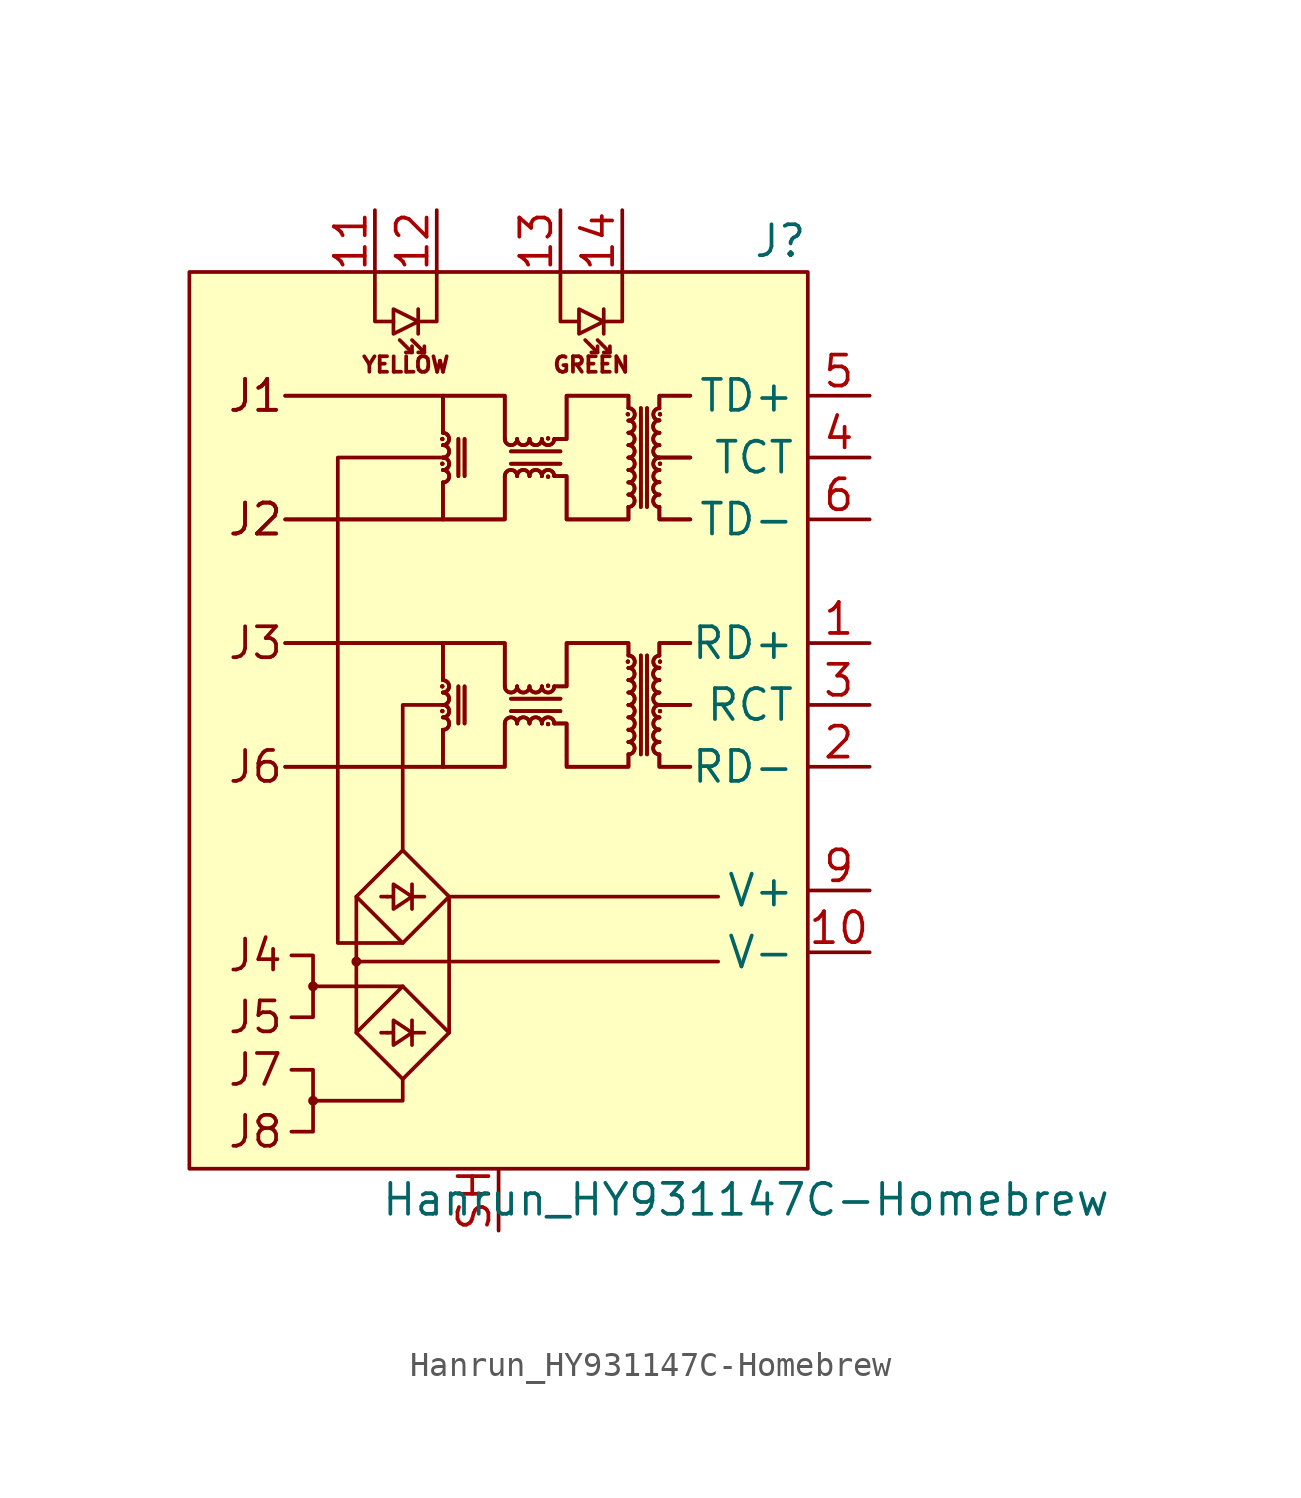
<source format=kicad_sym>
(kicad_symbol_lib
  (version 20231120)
  (generator "kicad_symbol_editor")
  (generator_version "8.0")
  (symbol "Hanrun_HY931147C-Homebrew"
    (property "Reference" "J"
      (at 12.7 13.97 0)
      (effects (font (size 1.27 1.27)) (justify right)))
    (property "Value" "Hanrun_HY931147C-Homebrew"
      (at 10.16 -25.4 0)
      (effects (font (size 1.27 1.27))))
    (symbol "Hanrun_HY931147C-Homebrew_0_0"
      (circle (center -7.62 -21.336) (radius 0.127) (stroke (width 0) (type solid)) (fill (type none)))
      (circle (center -7.62 -16.637) (radius 0.127) (stroke (width 0) (type solid)) (fill (type none)))
      (circle (center -5.842 -15.621) (radius 0.127) (stroke (width 0) (type solid)) (fill (type none)))
      (polyline (pts (xy -7.62 -16.637) (xy -3.937 -16.637)) (stroke (width 0) (type solid)) (fill (type none)))
      (polyline (pts (xy -5.842 -15.621) (xy 9.017 -15.621)) (stroke (width 0) (type solid)) (fill (type none)))
      (polyline (pts (xy -5.842 -12.954) (xy -5.842 -18.542)) (stroke (width 0) (type solid)) (fill (type none)))
      (polyline (pts (xy -4.572 -18.542) (xy -4.826 -18.542)) (stroke (width 0) (type solid)) (fill (type none)))
      (polyline (pts (xy -4.572 -12.954) (xy -4.826 -12.954)) (stroke (width 0) (type solid)) (fill (type none)))
      (polyline (pts (xy -3.556 -18.542) (xy -3.048 -18.542)) (stroke (width 0) (type solid)) (fill (type none)))
      (polyline (pts (xy -3.556 -18.034) (xy -3.556 -19.05)) (stroke (width 0) (type solid)) (fill (type none)))
      (polyline (pts (xy -3.556 -12.954) (xy -3.048 -12.954)) (stroke (width 0) (type solid)) (fill (type none)))
      (polyline (pts (xy -3.556 -12.446) (xy -3.556 -13.462)) (stroke (width 0) (type solid)) (fill (type none)))
      (polyline (pts (xy -2.032 -12.954) (xy -2.032 -18.542)) (stroke (width 0) (type solid)) (fill (type none)))
      (polyline (pts (xy -2.032 -12.954) (xy 9.017 -12.954)) (stroke (width 0) (type solid)) (fill (type none)))
      (polyline (pts (xy 7.874 -5.08) (xy 6.604 -5.08)) (stroke (width 0) (type solid)) (fill (type none)))
      (polyline (pts (xy 7.874 -5.08) (xy 6.604 -5.08)) (stroke (width 0) (type solid)) (fill (type none)))
      (polyline (pts (xy 7.874 5.08) (xy 6.604 5.08)) (stroke (width 0) (type solid)) (fill (type none)))
      (polyline (pts (xy 7.874 5.08) (xy 6.604 5.08)) (stroke (width 0) (type solid)) (fill (type none)))
      (polyline (pts (xy -7.62 -21.336) (xy -3.937 -21.336) (xy -3.937 -20.447)) (stroke (width 0) (type solid)) (fill (type none)))
      (polyline (pts (xy -3.937 -11.049) (xy -3.937 -5.08) (xy -2.286 -5.08)) (stroke (width 0) (type solid)) (fill (type none)))
      (polyline (pts (xy -8.509 -20.066) (xy -7.62 -20.066) (xy -7.62 -22.606) (xy -8.509 -22.606)) (stroke (width 0) (type solid)) (fill (type none)))
      (polyline (pts (xy -8.509 -15.367) (xy -7.62 -15.367) (xy -7.62 -17.907) (xy -8.509 -17.907)) (stroke (width 0) (type solid)) (fill (type none)))
      (polyline (pts (xy -3.937 -14.859) (xy -6.604 -14.859) (xy -6.604 5.08) (xy -2.286 5.08)) (stroke (width 0) (type solid)) (fill (type none)))
      (polyline (pts (xy -2.032 -18.542) (xy -3.937 -16.637) (xy -5.842 -18.542) (xy -3.937 -20.447) (xy -2.032 -18.542)) (stroke (width 0) (type solid)) (fill (type none)))
      (polyline (pts (xy -2.032 -12.954) (xy -3.937 -11.049) (xy -5.842 -12.954) (xy -3.937 -14.859) (xy -2.032 -12.954)) (stroke (width 0) (type solid)) (fill (type none)))
      (polyline (pts (xy -4.572 -18.542) (xy -4.318 -18.542) (xy -4.318 -18.034) (xy -3.556 -18.542) (xy -4.318 -19.05) (xy -4.318 -18.542)) (stroke (width 0) (type solid)) (fill (type none)))
      (polyline (pts (xy -4.572 -12.954) (xy -4.318 -12.954) (xy -4.318 -12.446) (xy -3.556 -12.954) (xy -4.318 -13.462) (xy -4.318 -12.954)) (stroke (width 0) (type solid)) (fill (type none)))
      (rectangle (start 12.7 12.7) (end -12.7 -24.13) (stroke (width 0) (type solid)) (fill (type background)))
      (text "GREEN" (at 3.81 8.89 0) (effects (font (size 0.635 0.635))))
      (text "J1" (at -11.176 7.62 0) (effects (font (size 1.27 1.27)) (justify left)))
      (text "J1" (at -11.176 7.62 0) (effects (font (size 1.27 1.27)) (justify left)))
      (text "J2" (at -11.176 2.54 0) (effects (font (size 1.27 1.27)) (justify left)))
      (text "J2" (at -11.176 2.54 0) (effects (font (size 1.27 1.27)) (justify left)))
      (text "J3" (at -11.176 -2.54 0) (effects (font (size 1.27 1.27)) (justify left)))
      (text "J4" (at -11.176 -15.367 0) (effects (font (size 1.27 1.27)) (justify left)))
      (text "J5" (at -11.176 -17.907 0) (effects (font (size 1.27 1.27)) (justify left)))
      (text "J6" (at -11.176 -7.62 0) (effects (font (size 1.27 1.27)) (justify left)))
      (text "J7" (at -11.176 -20.066 0) (effects (font (size 1.27 1.27)) (justify left)))
      (text "J8" (at -11.176 -22.606 0) (effects (font (size 1.27 1.27)) (justify left)))
      (text "YELLOW" (at -3.81 8.89 0) (effects (font (size 0.635 0.635)))))
    (symbol "Hanrun_HY931147C-Homebrew_0_1"
      (circle (center -2.311 -5.334) (radius 0.076) (stroke (width 0.025) (type solid)) (fill (type outline)))
      (circle (center -2.311 -5.334) (radius 0.076) (stroke (width 0.025) (type solid)) (fill (type outline)))
      (circle (center -2.311 -4.318) (radius 0.076) (stroke (width 0.025) (type solid)) (fill (type outline)))
      (circle (center -2.311 -4.318) (radius 0.076) (stroke (width 0.025) (type solid)) (fill (type outline)))
      (circle (center -2.311 4.826) (radius 0.076) (stroke (width 0.025) (type solid)) (fill (type outline)))
      (circle (center -2.311 4.826) (radius 0.076) (stroke (width 0.025) (type solid)) (fill (type outline)))
      (circle (center -2.311 5.842) (radius 0.076) (stroke (width 0.025) (type solid)) (fill (type outline)))
      (circle (center -2.311 5.842) (radius 0.076) (stroke (width 0.025) (type solid)) (fill (type outline)))
      (arc (start -2.286 -6.096) (mid -2.032 -5.842) (end -2.286 -5.588) (stroke (width 0) (type solid)) (fill (type none)))
      (arc (start -2.286 -6.096) (mid -2.032 -5.842) (end -2.286 -5.588) (stroke (width 0) (type solid)) (fill (type none)))
      (arc (start -2.286 -5.588) (mid -2.032 -5.334) (end -2.286 -5.08) (stroke (width 0) (type solid)) (fill (type none)))
      (arc (start -2.286 -5.588) (mid -2.032 -5.334) (end -2.286 -5.08) (stroke (width 0) (type solid)) (fill (type none)))
      (arc (start -2.286 -5.08) (mid -2.032 -4.826) (end -2.286 -4.572) (stroke (width 0) (type solid)) (fill (type none)))
      (arc (start -2.286 -5.08) (mid -2.032 -4.826) (end -2.286 -4.572) (stroke (width 0) (type solid)) (fill (type none)))
      (arc (start -2.286 -4.572) (mid -2.032 -4.318) (end -2.286 -4.064) (stroke (width 0) (type solid)) (fill (type none)))
      (arc (start -2.286 -4.572) (mid -2.032 -4.318) (end -2.286 -4.064) (stroke (width 0) (type solid)) (fill (type none)))
      (arc (start -2.286 4.064) (mid -2.032 4.318) (end -2.286 4.572) (stroke (width 0) (type solid)) (fill (type none)))
      (arc (start -2.286 4.064) (mid -2.032 4.318) (end -2.286 4.572) (stroke (width 0) (type solid)) (fill (type none)))
      (arc (start -2.286 4.572) (mid -2.032 4.826) (end -2.286 5.08) (stroke (width 0) (type solid)) (fill (type none)))
      (arc (start -2.286 4.572) (mid -2.032 4.826) (end -2.286 5.08) (stroke (width 0) (type solid)) (fill (type none)))
      (arc (start -2.286 5.08) (mid -2.032 5.334) (end -2.286 5.588) (stroke (width 0) (type solid)) (fill (type none)))
      (arc (start -2.286 5.08) (mid -2.032 5.334) (end -2.286 5.588) (stroke (width 0) (type solid)) (fill (type none)))
      (arc (start -2.286 5.588) (mid -2.032 5.842) (end -2.286 6.096) (stroke (width 0) (type solid)) (fill (type none)))
      (arc (start -2.286 5.588) (mid -2.032 5.842) (end -2.286 6.096) (stroke (width 0) (type solid)) (fill (type none)))
      (polyline (pts (xy -3.556 9.398) (xy -4.064 9.906)) (stroke (width 0) (type solid)) (fill (type none)))
      (polyline (pts (xy -3.302 11.176) (xy -3.302 10.16)) (stroke (width 0) (type solid)) (fill (type none)))
      (polyline (pts (xy -3.048 9.398) (xy -3.556 9.906)) (stroke (width 0) (type solid)) (fill (type none)))
      (polyline (pts (xy -2.286 -7.62) (xy -8.763 -7.62)) (stroke (width 0) (type solid)) (fill (type none)))
      (polyline (pts (xy -2.286 -7.62) (xy -8.763 -7.62)) (stroke (width 0) (type solid)) (fill (type none)))
      (polyline (pts (xy -2.286 -2.54) (xy -8.763 -2.54)) (stroke (width 0) (type solid)) (fill (type none)))
      (polyline (pts (xy -2.286 -2.54) (xy -8.763 -2.54)) (stroke (width 0) (type solid)) (fill (type none)))
      (polyline (pts (xy -2.286 2.54) (xy -8.763 2.54)) (stroke (width 0) (type solid)) (fill (type none)))
      (polyline (pts (xy -2.286 2.54) (xy -8.763 2.54)) (stroke (width 0) (type solid)) (fill (type none)))
      (polyline (pts (xy -2.286 7.62) (xy -8.763 7.62)) (stroke (width 0) (type solid)) (fill (type none)))
      (polyline (pts (xy -2.286 7.62) (xy -8.763 7.62)) (stroke (width 0) (type solid)) (fill (type none)))
      (polyline (pts (xy -1.651 -4.318) (xy -1.651 -5.842)) (stroke (width 0) (type solid)) (fill (type none)))
      (polyline (pts (xy -1.651 -4.318) (xy -1.651 -5.842)) (stroke (width 0) (type solid)) (fill (type none)))
      (polyline (pts (xy -1.651 5.842) (xy -1.651 4.318)) (stroke (width 0) (type solid)) (fill (type none)))
      (polyline (pts (xy -1.651 5.842) (xy -1.651 4.318)) (stroke (width 0) (type solid)) (fill (type none)))
      (polyline (pts (xy -1.397 -5.842) (xy -1.397 -4.318)) (stroke (width 0) (type solid)) (fill (type none)))
      (polyline (pts (xy -1.397 -5.842) (xy -1.397 -4.318)) (stroke (width 0) (type solid)) (fill (type none)))
      (polyline (pts (xy -1.397 4.318) (xy -1.397 5.842)) (stroke (width 0) (type solid)) (fill (type none)))
      (polyline (pts (xy -1.397 4.318) (xy -1.397 5.842)) (stroke (width 0) (type solid)) (fill (type none)))
      (polyline (pts (xy 0.508 -5.334) (xy 2.54 -5.334)) (stroke (width 0) (type solid)) (fill (type none)))
      (polyline (pts (xy 0.508 -5.334) (xy 2.54 -5.334)) (stroke (width 0) (type solid)) (fill (type none)))
      (polyline (pts (xy 0.508 4.826) (xy 2.54 4.826)) (stroke (width 0) (type solid)) (fill (type none)))
      (polyline (pts (xy 0.508 4.826) (xy 2.54 4.826)) (stroke (width 0) (type solid)) (fill (type none)))
      (polyline (pts (xy 2.54 -4.826) (xy 0.508 -4.826)) (stroke (width 0) (type solid)) (fill (type none)))
      (polyline (pts (xy 2.54 -4.826) (xy 0.508 -4.826)) (stroke (width 0) (type solid)) (fill (type none)))
      (polyline (pts (xy 2.54 5.334) (xy 0.508 5.334)) (stroke (width 0) (type solid)) (fill (type none)))
      (polyline (pts (xy 2.54 5.334) (xy 0.508 5.334)) (stroke (width 0) (type solid)) (fill (type none)))
      (polyline (pts (xy 4.064 9.398) (xy 3.556 9.906)) (stroke (width 0) (type solid)) (fill (type none)))
      (polyline (pts (xy 4.318 11.176) (xy 4.318 10.16)) (stroke (width 0) (type solid)) (fill (type none)))
      (polyline (pts (xy 4.572 9.398) (xy 4.064 9.906)) (stroke (width 0) (type solid)) (fill (type none)))
      (polyline (pts (xy 5.842 -3.048) (xy 5.842 -7.112)) (stroke (width 0) (type solid)) (fill (type none)))
      (polyline (pts (xy 5.842 -3.048) (xy 5.842 -7.112)) (stroke (width 0) (type solid)) (fill (type none)))
      (polyline (pts (xy 5.842 7.112) (xy 5.842 3.048)) (stroke (width 0) (type solid)) (fill (type none)))
      (polyline (pts (xy 5.842 7.112) (xy 5.842 3.048)) (stroke (width 0) (type solid)) (fill (type none)))
      (polyline (pts (xy 6.096 -7.112) (xy 6.096 -3.048)) (stroke (width 0) (type solid)) (fill (type none)))
      (polyline (pts (xy 6.096 -7.112) (xy 6.096 -3.048)) (stroke (width 0) (type solid)) (fill (type none)))
      (polyline (pts (xy 6.096 3.048) (xy 6.096 7.112)) (stroke (width 0) (type solid)) (fill (type none)))
      (polyline (pts (xy 6.096 3.048) (xy 6.096 7.112)) (stroke (width 0) (type solid)) (fill (type none)))
      (polyline (pts (xy -5.08 12.7) (xy -5.08 10.668) (xy -4.318 10.668)) (stroke (width 0) (type solid)) (fill (type none)))
      (polyline (pts (xy -3.556 9.652) (xy -3.556 9.398) (xy -3.81 9.398)) (stroke (width 0) (type solid)) (fill (type none)))
      (polyline (pts (xy -3.048 9.652) (xy -3.048 9.398) (xy -3.302 9.398)) (stroke (width 0) (type solid)) (fill (type none)))
      (polyline (pts (xy -2.54 12.7) (xy -2.54 10.668) (xy -3.302 10.668)) (stroke (width 0) (type solid)) (fill (type none)))
      (polyline (pts (xy 2.54 12.7) (xy 2.54 10.668) (xy 3.302 10.668)) (stroke (width 0) (type solid)) (fill (type none)))
      (polyline (pts (xy 4.064 9.652) (xy 4.064 9.398) (xy 3.81 9.398)) (stroke (width 0) (type solid)) (fill (type none)))
      (polyline (pts (xy 4.572 9.652) (xy 4.572 9.398) (xy 4.318 9.398)) (stroke (width 0) (type solid)) (fill (type none)))
      (polyline (pts (xy 5.08 12.7) (xy 5.08 10.668) (xy 4.318 10.668)) (stroke (width 0) (type solid)) (fill (type none)))
      (polyline (pts (xy 6.604 -7.112) (xy 6.604 -7.62) (xy 7.874 -7.62)) (stroke (width 0) (type solid)) (fill (type none)))
      (polyline (pts (xy 6.604 -7.112) (xy 6.604 -7.62) (xy 7.874 -7.62)) (stroke (width 0) (type solid)) (fill (type none)))
      (polyline (pts (xy 6.604 -3.048) (xy 6.604 -2.54) (xy 7.874 -2.54)) (stroke (width 0) (type solid)) (fill (type none)))
      (polyline (pts (xy 6.604 -3.048) (xy 6.604 -2.54) (xy 7.874 -2.54)) (stroke (width 0) (type solid)) (fill (type none)))
      (polyline (pts (xy 6.604 3.048) (xy 6.604 2.54) (xy 7.874 2.54)) (stroke (width 0) (type solid)) (fill (type none)))
      (polyline (pts (xy 6.604 3.048) (xy 6.604 2.54) (xy 7.874 2.54)) (stroke (width 0) (type solid)) (fill (type none)))
      (polyline (pts (xy 6.604 7.112) (xy 6.604 7.62) (xy 7.874 7.62)) (stroke (width 0) (type solid)) (fill (type none)))
      (polyline (pts (xy 6.604 7.112) (xy 6.604 7.62) (xy 7.874 7.62)) (stroke (width 0) (type solid)) (fill (type none)))
      (polyline (pts (xy -3.302 10.668) (xy -4.318 11.176) (xy -4.318 10.16) (xy -3.302 10.668)) (stroke (width 0) (type solid)) (fill (type none)))
      (polyline (pts (xy 0.254 -5.842) (xy 0.254 -7.62) (xy -2.286 -7.62) (xy -2.286 -6.096)) (stroke (width 0) (type solid)) (fill (type none)))
      (polyline (pts (xy 0.254 -5.842) (xy 0.254 -7.62) (xy -2.286 -7.62) (xy -2.286 -6.096)) (stroke (width 0) (type solid)) (fill (type none)))
      (polyline (pts (xy 0.254 -4.318) (xy 0.254 -2.54) (xy -2.286 -2.54) (xy -2.286 -4.064)) (stroke (width 0) (type solid)) (fill (type none)))
      (polyline (pts (xy 0.254 -4.318) (xy 0.254 -2.54) (xy -2.286 -2.54) (xy -2.286 -4.064)) (stroke (width 0) (type solid)) (fill (type none)))
      (polyline (pts (xy 0.254 4.318) (xy 0.254 2.54) (xy -2.286 2.54) (xy -2.286 4.064)) (stroke (width 0) (type solid)) (fill (type none)))
      (polyline (pts (xy 0.254 4.318) (xy 0.254 2.54) (xy -2.286 2.54) (xy -2.286 4.064)) (stroke (width 0) (type solid)) (fill (type none)))
      (polyline (pts (xy 0.254 5.842) (xy 0.254 7.62) (xy -2.286 7.62) (xy -2.286 6.096)) (stroke (width 0) (type solid)) (fill (type none)))
      (polyline (pts (xy 0.254 5.842) (xy 0.254 7.62) (xy -2.286 7.62) (xy -2.286 6.096)) (stroke (width 0) (type solid)) (fill (type none)))
      (polyline (pts (xy 4.318 10.668) (xy 3.302 11.176) (xy 3.302 10.16) (xy 4.318 10.668)) (stroke (width 0) (type solid)) (fill (type none)))
      (polyline (pts (xy 2.286 -4.318) (xy 2.794 -4.318) (xy 2.794 -2.54) (xy 5.334 -2.54) (xy 5.334 -3.048)) (stroke (width 0) (type solid)) (fill (type none)))
      (polyline (pts (xy 2.286 -4.318) (xy 2.794 -4.318) (xy 2.794 -2.54) (xy 5.334 -2.54) (xy 5.334 -3.048)) (stroke (width 0) (type solid)) (fill (type none)))
      (polyline (pts (xy 2.286 5.842) (xy 2.794 5.842) (xy 2.794 7.62) (xy 5.334 7.62) (xy 5.334 7.112)) (stroke (width 0) (type solid)) (fill (type none)))
      (polyline (pts (xy 2.286 5.842) (xy 2.794 5.842) (xy 2.794 7.62) (xy 5.334 7.62) (xy 5.334 7.112)) (stroke (width 0) (type solid)) (fill (type none)))
      (polyline (pts (xy 5.334 -7.112) (xy 5.334 -7.62) (xy 2.794 -7.62) (xy 2.794 -5.842) (xy 2.286 -5.842)) (stroke (width 0) (type solid)) (fill (type none)))
      (polyline (pts (xy 5.334 -7.112) (xy 5.334 -7.62) (xy 2.794 -7.62) (xy 2.794 -5.842) (xy 2.286 -5.842)) (stroke (width 0) (type solid)) (fill (type none)))
      (polyline (pts (xy 5.334 3.048) (xy 5.334 2.54) (xy 2.794 2.54) (xy 2.794 4.318) (xy 2.286 4.318)) (stroke (width 0) (type solid)) (fill (type none)))
      (polyline (pts (xy 5.334 3.048) (xy 5.334 2.54) (xy 2.794 2.54) (xy 2.794 4.318) (xy 2.286 4.318)) (stroke (width 0) (type solid)) (fill (type none)))
      (arc (start 0.254 -4.318) (mid 0.508 -4.572) (end 0.762 -4.318) (stroke (width 0) (type solid)) (fill (type none)))
      (arc (start 0.254 -4.318) (mid 0.508 -4.572) (end 0.762 -4.318) (stroke (width 0) (type solid)) (fill (type none)))
      (arc (start 0.254 5.842) (mid 0.508 5.588) (end 0.762 5.842) (stroke (width 0) (type solid)) (fill (type none)))
      (arc (start 0.254 5.842) (mid 0.508 5.588) (end 0.762 5.842) (stroke (width 0) (type solid)) (fill (type none)))
      (arc (start 0.762 -5.842) (mid 0.508 -5.588) (end 0.254 -5.842) (stroke (width 0) (type solid)) (fill (type none)))
      (arc (start 0.762 -5.842) (mid 0.508 -5.588) (end 0.254 -5.842) (stroke (width 0) (type solid)) (fill (type none)))
      (arc (start 0.762 -4.318) (mid 1.016 -4.572) (end 1.27 -4.318) (stroke (width 0) (type solid)) (fill (type none)))
      (arc (start 0.762 -4.318) (mid 1.016 -4.572) (end 1.27 -4.318) (stroke (width 0) (type solid)) (fill (type none)))
      (arc (start 0.762 4.318) (mid 0.508 4.572) (end 0.254 4.318) (stroke (width 0) (type solid)) (fill (type none)))
      (arc (start 0.762 4.318) (mid 0.508 4.572) (end 0.254 4.318) (stroke (width 0) (type solid)) (fill (type none)))
      (arc (start 0.762 5.842) (mid 1.016 5.588) (end 1.27 5.842) (stroke (width 0) (type solid)) (fill (type none)))
      (arc (start 0.762 5.842) (mid 1.016 5.588) (end 1.27 5.842) (stroke (width 0) (type solid)) (fill (type none)))
      (arc (start 1.27 -5.842) (mid 1.016 -5.588) (end 0.762 -5.842) (stroke (width 0) (type solid)) (fill (type none)))
      (arc (start 1.27 -5.842) (mid 1.016 -5.588) (end 0.762 -5.842) (stroke (width 0) (type solid)) (fill (type none)))
      (arc (start 1.27 -4.318) (mid 1.524 -4.572) (end 1.778 -4.318) (stroke (width 0) (type solid)) (fill (type none)))
      (arc (start 1.27 -4.318) (mid 1.524 -4.572) (end 1.778 -4.318) (stroke (width 0) (type solid)) (fill (type none)))
      (arc (start 1.27 4.318) (mid 1.016 4.572) (end 0.762 4.318) (stroke (width 0) (type solid)) (fill (type none)))
      (arc (start 1.27 4.318) (mid 1.016 4.572) (end 0.762 4.318) (stroke (width 0) (type solid)) (fill (type none)))
      (arc (start 1.27 5.842) (mid 1.524 5.588) (end 1.778 5.842) (stroke (width 0) (type solid)) (fill (type none)))
      (arc (start 1.27 5.842) (mid 1.524 5.588) (end 1.778 5.842) (stroke (width 0) (type solid)) (fill (type none)))
      (arc (start 1.778 -5.842) (mid 1.524 -5.588) (end 1.27 -5.842) (stroke (width 0) (type solid)) (fill (type none)))
      (arc (start 1.778 -5.842) (mid 1.524 -5.588) (end 1.27 -5.842) (stroke (width 0) (type solid)) (fill (type none)))
      (arc (start 1.778 -4.318) (mid 2.032 -4.572) (end 2.286 -4.318) (stroke (width 0) (type solid)) (fill (type none)))
      (arc (start 1.778 -4.318) (mid 2.032 -4.572) (end 2.286 -4.318) (stroke (width 0) (type solid)) (fill (type none)))
      (arc (start 1.778 4.318) (mid 1.524 4.572) (end 1.27 4.318) (stroke (width 0) (type solid)) (fill (type none)))
      (arc (start 1.778 4.318) (mid 1.524 4.572) (end 1.27 4.318) (stroke (width 0) (type solid)) (fill (type none)))
      (arc (start 1.778 5.842) (mid 2.032 5.588) (end 2.286 5.842) (stroke (width 0) (type solid)) (fill (type none)))
      (arc (start 1.778 5.842) (mid 2.032 5.588) (end 2.286 5.842) (stroke (width 0) (type solid)) (fill (type none)))
      (circle (center 2.032 -5.867) (radius 0.076) (stroke (width 0.025) (type solid)) (fill (type outline)))
      (circle (center 2.032 -5.867) (radius 0.076) (stroke (width 0.025) (type solid)) (fill (type outline)))
      (circle (center 2.032 -4.293) (radius 0.076) (stroke (width 0.025) (type solid)) (fill (type outline)))
      (circle (center 2.032 -4.293) (radius 0.076) (stroke (width 0.025) (type solid)) (fill (type outline)))
      (circle (center 2.032 4.293) (radius 0.076) (stroke (width 0.025) (type solid)) (fill (type outline)))
      (circle (center 2.032 4.293) (radius 0.076) (stroke (width 0.025) (type solid)) (fill (type outline)))
      (circle (center 2.032 5.867) (radius 0.076) (stroke (width 0.025) (type solid)) (fill (type outline)))
      (circle (center 2.032 5.867) (radius 0.076) (stroke (width 0.025) (type solid)) (fill (type outline)))
      (arc (start 2.286 -5.842) (mid 2.032 -5.588) (end 1.778 -5.842) (stroke (width 0) (type solid)) (fill (type none)))
      (arc (start 2.286 -5.842) (mid 2.032 -5.588) (end 1.778 -5.842) (stroke (width 0) (type solid)) (fill (type none)))
      (arc (start 2.286 4.318) (mid 2.032 4.572) (end 1.778 4.318) (stroke (width 0) (type solid)) (fill (type none)))
      (arc (start 2.286 4.318) (mid 2.032 4.572) (end 1.778 4.318) (stroke (width 0) (type solid)) (fill (type none)))
      (circle (center 5.309 -3.302) (radius 0.076) (stroke (width 0.025) (type solid)) (fill (type outline)))
      (circle (center 5.309 -3.302) (radius 0.076) (stroke (width 0.025) (type solid)) (fill (type outline)))
      (circle (center 5.309 6.858) (radius 0.076) (stroke (width 0.025) (type solid)) (fill (type outline)))
      (circle (center 5.309 6.858) (radius 0.076) (stroke (width 0.025) (type solid)) (fill (type outline)))
      (arc (start 5.334 -7.112) (mid 5.588 -6.858) (end 5.334 -6.604) (stroke (width 0) (type solid)) (fill (type none)))
      (arc (start 5.334 -7.112) (mid 5.588 -6.858) (end 5.334 -6.604) (stroke (width 0) (type solid)) (fill (type none)))
      (arc (start 5.334 -6.604) (mid 5.588 -6.35) (end 5.334 -6.096) (stroke (width 0) (type solid)) (fill (type none)))
      (arc (start 5.334 -6.604) (mid 5.588 -6.35) (end 5.334 -6.096) (stroke (width 0) (type solid)) (fill (type none)))
      (arc (start 5.334 -6.096) (mid 5.588 -5.842) (end 5.334 -5.588) (stroke (width 0) (type solid)) (fill (type none)))
      (arc (start 5.334 -6.096) (mid 5.588 -5.842) (end 5.334 -5.588) (stroke (width 0) (type solid)) (fill (type none)))
      (arc (start 5.334 -5.588) (mid 5.588 -5.334) (end 5.334 -5.08) (stroke (width 0) (type solid)) (fill (type none)))
      (arc (start 5.334 -5.588) (mid 5.588 -5.334) (end 5.334 -5.08) (stroke (width 0) (type solid)) (fill (type none)))
      (arc (start 5.334 -5.08) (mid 5.588 -4.826) (end 5.334 -4.572) (stroke (width 0) (type solid)) (fill (type none)))
      (arc (start 5.334 -5.08) (mid 5.588 -4.826) (end 5.334 -4.572) (stroke (width 0) (type solid)) (fill (type none)))
      (arc (start 5.334 -4.572) (mid 5.588 -4.318) (end 5.334 -4.064) (stroke (width 0) (type solid)) (fill (type none)))
      (arc (start 5.334 -4.572) (mid 5.588 -4.318) (end 5.334 -4.064) (stroke (width 0) (type solid)) (fill (type none)))
      (arc (start 5.334 -4.064) (mid 5.588 -3.81) (end 5.334 -3.556) (stroke (width 0) (type solid)) (fill (type none)))
      (arc (start 5.334 -4.064) (mid 5.588 -3.81) (end 5.334 -3.556) (stroke (width 0) (type solid)) (fill (type none)))
      (arc (start 5.334 -3.556) (mid 5.588 -3.302) (end 5.334 -3.048) (stroke (width 0) (type solid)) (fill (type none)))
      (arc (start 5.334 -3.556) (mid 5.588 -3.302) (end 5.334 -3.048) (stroke (width 0) (type solid)) (fill (type none)))
      (arc (start 5.334 3.048) (mid 5.588 3.302) (end 5.334 3.556) (stroke (width 0) (type solid)) (fill (type none)))
      (arc (start 5.334 3.048) (mid 5.588 3.302) (end 5.334 3.556) (stroke (width 0) (type solid)) (fill (type none)))
      (arc (start 5.334 3.556) (mid 5.588 3.81) (end 5.334 4.064) (stroke (width 0) (type solid)) (fill (type none)))
      (arc (start 5.334 3.556) (mid 5.588 3.81) (end 5.334 4.064) (stroke (width 0) (type solid)) (fill (type none)))
      (arc (start 5.334 4.064) (mid 5.588 4.318) (end 5.334 4.572) (stroke (width 0) (type solid)) (fill (type none)))
      (arc (start 5.334 4.064) (mid 5.588 4.318) (end 5.334 4.572) (stroke (width 0) (type solid)) (fill (type none)))
      (arc (start 5.334 4.572) (mid 5.588 4.826) (end 5.334 5.08) (stroke (width 0) (type solid)) (fill (type none)))
      (arc (start 5.334 4.572) (mid 5.588 4.826) (end 5.334 5.08) (stroke (width 0) (type solid)) (fill (type none)))
      (arc (start 5.334 5.08) (mid 5.588 5.334) (end 5.334 5.588) (stroke (width 0) (type solid)) (fill (type none)))
      (arc (start 5.334 5.08) (mid 5.588 5.334) (end 5.334 5.588) (stroke (width 0) (type solid)) (fill (type none)))
      (arc (start 5.334 5.588) (mid 5.588 5.842) (end 5.334 6.096) (stroke (width 0) (type solid)) (fill (type none)))
      (arc (start 5.334 5.588) (mid 5.588 5.842) (end 5.334 6.096) (stroke (width 0) (type solid)) (fill (type none)))
      (arc (start 5.334 6.096) (mid 5.588 6.35) (end 5.334 6.604) (stroke (width 0) (type solid)) (fill (type none)))
      (arc (start 5.334 6.096) (mid 5.588 6.35) (end 5.334 6.604) (stroke (width 0) (type solid)) (fill (type none)))
      (arc (start 5.334 6.604) (mid 5.588 6.858) (end 5.334 7.112) (stroke (width 0) (type solid)) (fill (type none)))
      (arc (start 5.334 6.604) (mid 5.588 6.858) (end 5.334 7.112) (stroke (width 0) (type solid)) (fill (type none)))
      (arc (start 6.604 -6.604) (mid 6.35 -6.858) (end 6.604 -7.112) (stroke (width 0) (type solid)) (fill (type none)))
      (arc (start 6.604 -6.604) (mid 6.35 -6.858) (end 6.604 -7.112) (stroke (width 0) (type solid)) (fill (type none)))
      (arc (start 6.604 -6.096) (mid 6.35 -6.35) (end 6.604 -6.604) (stroke (width 0) (type solid)) (fill (type none)))
      (arc (start 6.604 -6.096) (mid 6.35 -6.35) (end 6.604 -6.604) (stroke (width 0) (type solid)) (fill (type none)))
      (arc (start 6.604 -5.588) (mid 6.35 -5.842) (end 6.604 -6.096) (stroke (width 0) (type solid)) (fill (type none)))
      (arc (start 6.604 -5.588) (mid 6.35 -5.842) (end 6.604 -6.096) (stroke (width 0) (type solid)) (fill (type none)))
      (arc (start 6.604 -5.08) (mid 6.35 -5.334) (end 6.604 -5.588) (stroke (width 0) (type solid)) (fill (type none)))
      (arc (start 6.604 -5.08) (mid 6.35 -5.334) (end 6.604 -5.588) (stroke (width 0) (type solid)) (fill (type none)))
      (arc (start 6.604 -4.572) (mid 6.35 -4.826) (end 6.604 -5.08) (stroke (width 0) (type solid)) (fill (type none)))
      (arc (start 6.604 -4.572) (mid 6.35 -4.826) (end 6.604 -5.08) (stroke (width 0) (type solid)) (fill (type none)))
      (arc (start 6.604 -4.064) (mid 6.35 -4.318) (end 6.604 -4.572) (stroke (width 0) (type solid)) (fill (type none)))
      (arc (start 6.604 -4.064) (mid 6.35 -4.318) (end 6.604 -4.572) (stroke (width 0) (type solid)) (fill (type none)))
      (arc (start 6.604 -3.556) (mid 6.35 -3.81) (end 6.604 -4.064) (stroke (width 0) (type solid)) (fill (type none)))
      (arc (start 6.604 -3.556) (mid 6.35 -3.81) (end 6.604 -4.064) (stroke (width 0) (type solid)) (fill (type none)))
      (arc (start 6.604 -3.048) (mid 6.35 -3.302) (end 6.604 -3.556) (stroke (width 0) (type solid)) (fill (type none)))
      (arc (start 6.604 -3.048) (mid 6.35 -3.302) (end 6.604 -3.556) (stroke (width 0) (type solid)) (fill (type none)))
      (arc (start 6.604 3.556) (mid 6.35 3.302) (end 6.604 3.048) (stroke (width 0) (type solid)) (fill (type none)))
      (arc (start 6.604 3.556) (mid 6.35 3.302) (end 6.604 3.048) (stroke (width 0) (type solid)) (fill (type none)))
      (arc (start 6.604 4.064) (mid 6.35 3.81) (end 6.604 3.556) (stroke (width 0) (type solid)) (fill (type none)))
      (arc (start 6.604 4.064) (mid 6.35 3.81) (end 6.604 3.556) (stroke (width 0) (type solid)) (fill (type none)))
      (arc (start 6.604 4.572) (mid 6.35 4.318) (end 6.604 4.064) (stroke (width 0) (type solid)) (fill (type none)))
      (arc (start 6.604 4.572) (mid 6.35 4.318) (end 6.604 4.064) (stroke (width 0) (type solid)) (fill (type none)))
      (arc (start 6.604 5.08) (mid 6.35 4.826) (end 6.604 4.572) (stroke (width 0) (type solid)) (fill (type none)))
      (arc (start 6.604 5.08) (mid 6.35 4.826) (end 6.604 4.572) (stroke (width 0) (type solid)) (fill (type none)))
      (arc (start 6.604 5.588) (mid 6.35 5.334) (end 6.604 5.08) (stroke (width 0) (type solid)) (fill (type none)))
      (arc (start 6.604 5.588) (mid 6.35 5.334) (end 6.604 5.08) (stroke (width 0) (type solid)) (fill (type none)))
      (arc (start 6.604 6.096) (mid 6.35 5.842) (end 6.604 5.588) (stroke (width 0) (type solid)) (fill (type none)))
      (arc (start 6.604 6.096) (mid 6.35 5.842) (end 6.604 5.588) (stroke (width 0) (type solid)) (fill (type none)))
      (arc (start 6.604 6.604) (mid 6.35 6.35) (end 6.604 6.096) (stroke (width 0) (type solid)) (fill (type none)))
      (arc (start 6.604 6.604) (mid 6.35 6.35) (end 6.604 6.096) (stroke (width 0) (type solid)) (fill (type none)))
      (arc (start 6.604 7.112) (mid 6.35 6.858) (end 6.604 6.604) (stroke (width 0) (type solid)) (fill (type none)))
      (arc (start 6.604 7.112) (mid 6.35 6.858) (end 6.604 6.604) (stroke (width 0) (type solid)) (fill (type none)))
      (circle (center 6.629 -5.334) (radius 0.076) (stroke (width 0.025) (type solid)) (fill (type outline)))
      (circle (center 6.629 -5.334) (radius 0.076) (stroke (width 0.025) (type solid)) (fill (type outline)))
      (circle (center 6.629 -3.302) (radius 0.076) (stroke (width 0.025) (type solid)) (fill (type outline)))
      (circle (center 6.629 -3.302) (radius 0.076) (stroke (width 0.025) (type solid)) (fill (type outline)))
      (circle (center 6.629 4.826) (radius 0.076) (stroke (width 0.025) (type solid)) (fill (type outline)))
      (circle (center 6.629 4.826) (radius 0.076) (stroke (width 0.025) (type solid)) (fill (type outline)))
      (circle (center 6.629 6.858) (radius 0.076) (stroke (width 0.025) (type solid)) (fill (type outline)))
      (circle (center 6.629 6.858) (radius 0.076) (stroke (width 0.025) (type solid)) (fill (type outline))))
    (symbol "Hanrun_HY931147C-Homebrew_1_1"
      (pin passive line (at 15.24 -2.54 180) (length 2.54) (name "RD+" (effects (font (size 1.27 1.27)))) (number "1" (effects (font (size 1.27 1.27)))))
      (pin power_out line (at 15.24 -15.24 180) (length 2.54) (name "V-" (effects (font (size 1.27 1.27)))) (number "10" (effects (font (size 1.27 1.27)))))
      (pin passive line (at -5.08 15.24 270) (length 2.54) (name "~" (effects (font (size 1.27 1.27)))) (number "11" (effects (font (size 1.27 1.27)))))
      (pin passive line (at -2.54 15.24 270) (length 2.54) (name "~" (effects (font (size 1.27 1.27)))) (number "12" (effects (font (size 1.27 1.27)))))
      (pin passive line (at 2.54 15.24 270) (length 2.54) (name "~" (effects (font (size 1.27 1.27)))) (number "13" (effects (font (size 1.27 1.27)))))
      (pin passive line (at 5.08 15.24 270) (length 2.54) (name "~" (effects (font (size 1.27 1.27)))) (number "14" (effects (font (size 1.27 1.27)))))
      (pin passive line (at 15.24 -7.62 180) (length 2.54) (name "RD-" (effects (font (size 1.27 1.27)))) (number "2" (effects (font (size 1.27 1.27)))))
      (pin passive line (at 15.24 -5.08 180) (length 2.54) (name "RCT" (effects (font (size 1.27 1.27)))) (number "3" (effects (font (size 1.27 1.27)))))
      (pin passive line (at 15.24 5.08 180) (length 2.54) (name "TCT" (effects (font (size 1.27 1.27)))) (number "4" (effects (font (size 1.27 1.27)))))
      (pin passive line (at 15.24 7.62 180) (length 2.54) (name "TD+" (effects (font (size 1.27 1.27)))) (number "5" (effects (font (size 1.27 1.27)))))
      (pin passive line (at 15.24 2.54 180) (length 2.54) (name "TD-" (effects (font (size 1.27 1.27)))) (number "6" (effects (font (size 1.27 1.27)))))
      (pin power_out line (at 15.24 -12.7 180) (length 2.54) (name "V+" (effects (font (size 1.27 1.27)))) (number "9" (effects (font (size 1.27 1.27)))))
      (pin passive line (at 0 -26.67 90) (length 2.54) (name "~" (effects (font (size 1.27 1.27)))) (number "SH" (effects (font (size 1.27 1.27))))))))
</source>
